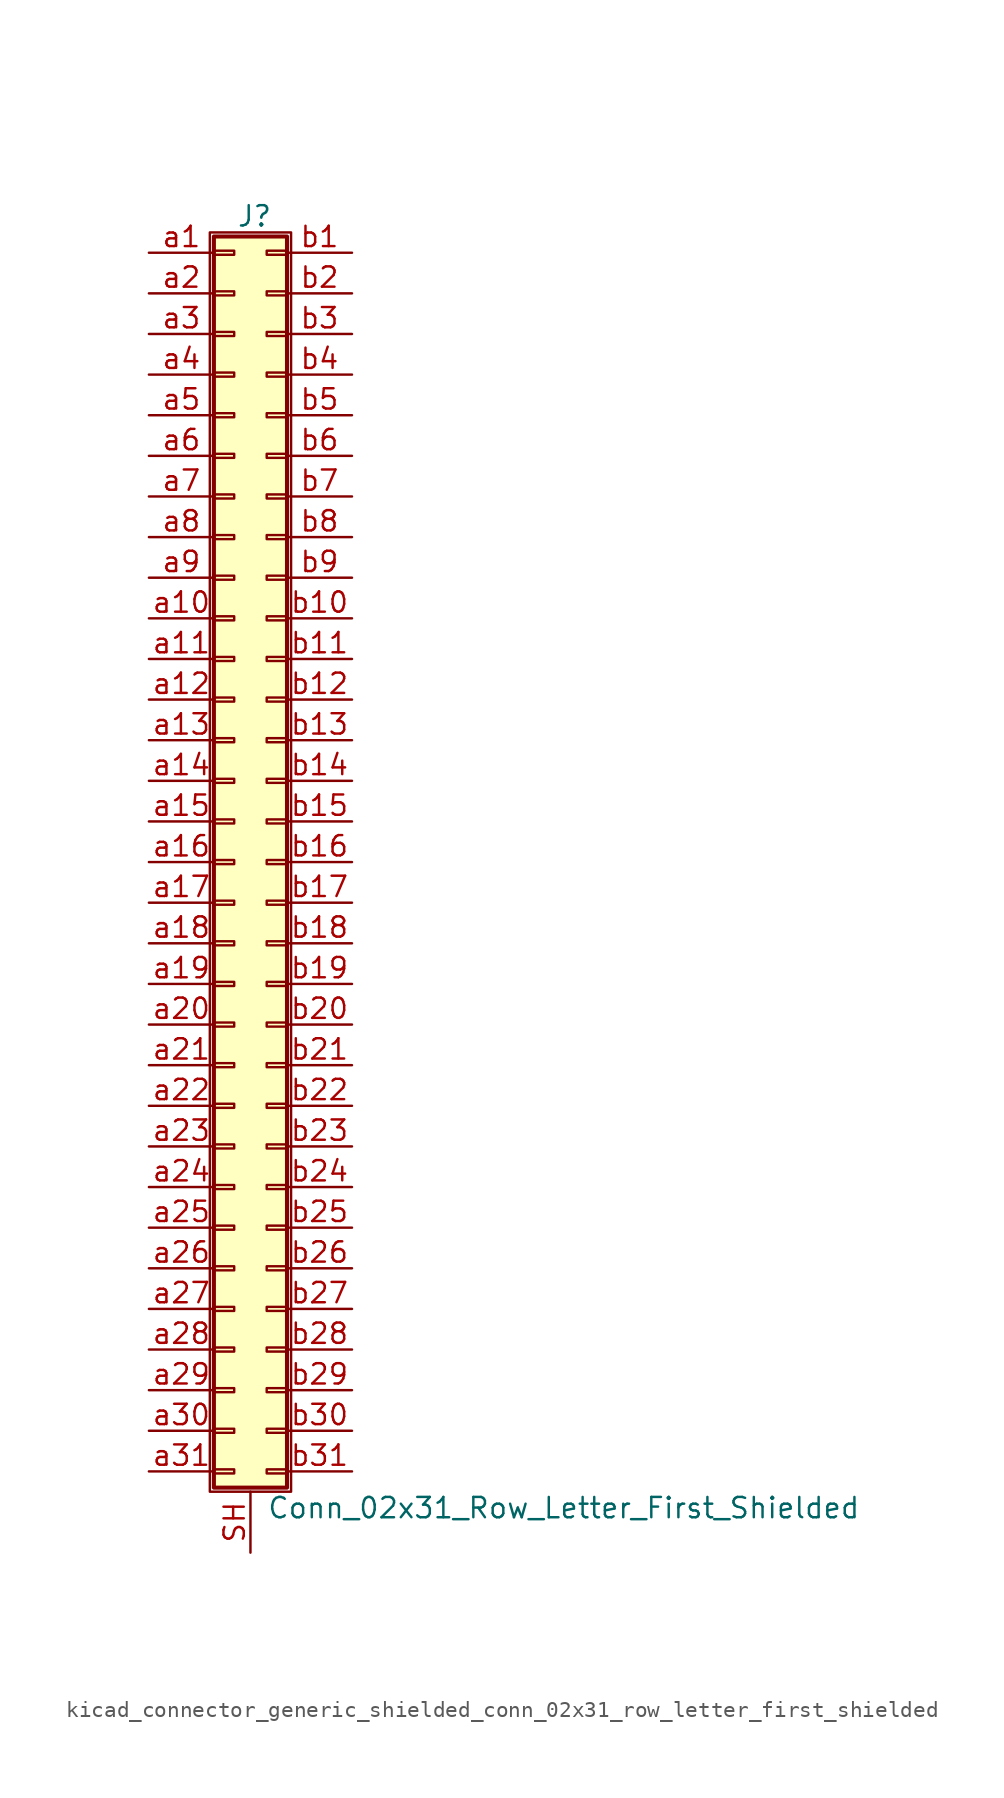
<source format=kicad_sym>
(kicad_symbol_lib
  (version 20220914)
  (generator kicad_symbol_editor)
  (symbol "kicad_connector_generic_shielded_conn_02x31_row_letter_first_shielded"
    (pin_names
      (offset 1.016) hide)
    (property "Reference" "J"
      (at 1.524 40.386 0)
      (effects (font (size 1.27 1.27))))
    (property "Value" "Conn_02x31_Row_Letter_First_Shielded"
      (at 2.286 -40.386 0)
      (effects (font (size 1.27 1.27)) (justify left)))
    (symbol "kicad_connector_generic_shielded_conn_02x31_row_letter_first_shielded_1_1"
      (rectangle (start -1.27 39.37) (end 3.81 -39.37) (stroke (width 0.152) (type default)) (fill (type none)))
      (rectangle (start -1.016 -37.973) (end 0.254 -38.227) (stroke (width 0.152) (type default)) (fill (type none)))
      (rectangle (start -1.016 -35.433) (end 0.254 -35.687) (stroke (width 0.152) (type default)) (fill (type none)))
      (rectangle (start -1.016 -32.893) (end 0.254 -33.147) (stroke (width 0.152) (type default)) (fill (type none)))
      (rectangle (start -1.016 -30.353) (end 0.254 -30.607) (stroke (width 0.152) (type default)) (fill (type none)))
      (rectangle (start -1.016 -27.813) (end 0.254 -28.067) (stroke (width 0.152) (type default)) (fill (type none)))
      (rectangle (start -1.016 -25.273) (end 0.254 -25.527) (stroke (width 0.152) (type default)) (fill (type none)))
      (rectangle (start -1.016 -22.733) (end 0.254 -22.987) (stroke (width 0.152) (type default)) (fill (type none)))
      (rectangle (start -1.016 -20.193) (end 0.254 -20.447) (stroke (width 0.152) (type default)) (fill (type none)))
      (rectangle (start -1.016 -17.653) (end 0.254 -17.907) (stroke (width 0.152) (type default)) (fill (type none)))
      (rectangle (start -1.016 -15.113) (end 0.254 -15.367) (stroke (width 0.152) (type default)) (fill (type none)))
      (rectangle (start -1.016 -12.573) (end 0.254 -12.827) (stroke (width 0.152) (type default)) (fill (type none)))
      (rectangle (start -1.016 -10.033) (end 0.254 -10.287) (stroke (width 0.152) (type default)) (fill (type none)))
      (rectangle (start -1.016 -7.493) (end 0.254 -7.747) (stroke (width 0.152) (type default)) (fill (type none)))
      (rectangle (start -1.016 -4.953) (end 0.254 -5.207) (stroke (width 0.152) (type default)) (fill (type none)))
      (rectangle (start -1.016 -2.413) (end 0.254 -2.667) (stroke (width 0.152) (type default)) (fill (type none)))
      (rectangle (start -1.016 0.127) (end 0.254 -0.127) (stroke (width 0.152) (type default)) (fill (type none)))
      (rectangle (start -1.016 2.667) (end 0.254 2.413) (stroke (width 0.152) (type default)) (fill (type none)))
      (rectangle (start -1.016 5.207) (end 0.254 4.953) (stroke (width 0.152) (type default)) (fill (type none)))
      (rectangle (start -1.016 7.747) (end 0.254 7.493) (stroke (width 0.152) (type default)) (fill (type none)))
      (rectangle (start -1.016 10.287) (end 0.254 10.033) (stroke (width 0.152) (type default)) (fill (type none)))
      (rectangle (start -1.016 12.827) (end 0.254 12.573) (stroke (width 0.152) (type default)) (fill (type none)))
      (rectangle (start -1.016 15.367) (end 0.254 15.113) (stroke (width 0.152) (type default)) (fill (type none)))
      (rectangle (start -1.016 17.907) (end 0.254 17.653) (stroke (width 0.152) (type default)) (fill (type none)))
      (rectangle (start -1.016 20.447) (end 0.254 20.193) (stroke (width 0.152) (type default)) (fill (type none)))
      (rectangle (start -1.016 22.987) (end 0.254 22.733) (stroke (width 0.152) (type default)) (fill (type none)))
      (rectangle (start -1.016 25.527) (end 0.254 25.273) (stroke (width 0.152) (type default)) (fill (type none)))
      (rectangle (start -1.016 28.067) (end 0.254 27.813) (stroke (width 0.152) (type default)) (fill (type none)))
      (rectangle (start -1.016 30.607) (end 0.254 30.353) (stroke (width 0.152) (type default)) (fill (type none)))
      (rectangle (start -1.016 33.147) (end 0.254 32.893) (stroke (width 0.152) (type default)) (fill (type none)))
      (rectangle (start -1.016 35.687) (end 0.254 35.433) (stroke (width 0.152) (type default)) (fill (type none)))
      (rectangle (start -1.016 38.227) (end 0.254 37.973) (stroke (width 0.152) (type default)) (fill (type none)))
      (rectangle (start -1.016 39.116) (end 3.556 -39.116) (stroke (width 0.254) (type default)) (fill (type background)))
      (rectangle (start 3.556 -37.973) (end 2.286 -38.227) (stroke (width 0.152) (type default)) (fill (type none)))
      (rectangle (start 3.556 -35.433) (end 2.286 -35.687) (stroke (width 0.152) (type default)) (fill (type none)))
      (rectangle (start 3.556 -32.893) (end 2.286 -33.147) (stroke (width 0.152) (type default)) (fill (type none)))
      (rectangle (start 3.556 -30.353) (end 2.286 -30.607) (stroke (width 0.152) (type default)) (fill (type none)))
      (rectangle (start 3.556 -27.813) (end 2.286 -28.067) (stroke (width 0.152) (type default)) (fill (type none)))
      (rectangle (start 3.556 -25.273) (end 2.286 -25.527) (stroke (width 0.152) (type default)) (fill (type none)))
      (rectangle (start 3.556 -22.733) (end 2.286 -22.987) (stroke (width 0.152) (type default)) (fill (type none)))
      (rectangle (start 3.556 -20.193) (end 2.286 -20.447) (stroke (width 0.152) (type default)) (fill (type none)))
      (rectangle (start 3.556 -17.653) (end 2.286 -17.907) (stroke (width 0.152) (type default)) (fill (type none)))
      (rectangle (start 3.556 -15.113) (end 2.286 -15.367) (stroke (width 0.152) (type default)) (fill (type none)))
      (rectangle (start 3.556 -12.573) (end 2.286 -12.827) (stroke (width 0.152) (type default)) (fill (type none)))
      (rectangle (start 3.556 -10.033) (end 2.286 -10.287) (stroke (width 0.152) (type default)) (fill (type none)))
      (rectangle (start 3.556 -7.493) (end 2.286 -7.747) (stroke (width 0.152) (type default)) (fill (type none)))
      (rectangle (start 3.556 -4.953) (end 2.286 -5.207) (stroke (width 0.152) (type default)) (fill (type none)))
      (rectangle (start 3.556 -2.413) (end 2.286 -2.667) (stroke (width 0.152) (type default)) (fill (type none)))
      (rectangle (start 3.556 0.127) (end 2.286 -0.127) (stroke (width 0.152) (type default)) (fill (type none)))
      (rectangle (start 3.556 2.667) (end 2.286 2.413) (stroke (width 0.152) (type default)) (fill (type none)))
      (rectangle (start 3.556 5.207) (end 2.286 4.953) (stroke (width 0.152) (type default)) (fill (type none)))
      (rectangle (start 3.556 7.747) (end 2.286 7.493) (stroke (width 0.152) (type default)) (fill (type none)))
      (rectangle (start 3.556 10.287) (end 2.286 10.033) (stroke (width 0.152) (type default)) (fill (type none)))
      (rectangle (start 3.556 12.827) (end 2.286 12.573) (stroke (width 0.152) (type default)) (fill (type none)))
      (rectangle (start 3.556 15.367) (end 2.286 15.113) (stroke (width 0.152) (type default)) (fill (type none)))
      (rectangle (start 3.556 17.907) (end 2.286 17.653) (stroke (width 0.152) (type default)) (fill (type none)))
      (rectangle (start 3.556 20.447) (end 2.286 20.193) (stroke (width 0.152) (type default)) (fill (type none)))
      (rectangle (start 3.556 22.987) (end 2.286 22.733) (stroke (width 0.152) (type default)) (fill (type none)))
      (rectangle (start 3.556 25.527) (end 2.286 25.273) (stroke (width 0.152) (type default)) (fill (type none)))
      (rectangle (start 3.556 28.067) (end 2.286 27.813) (stroke (width 0.152) (type default)) (fill (type none)))
      (rectangle (start 3.556 30.607) (end 2.286 30.353) (stroke (width 0.152) (type default)) (fill (type none)))
      (rectangle (start 3.556 33.147) (end 2.286 32.893) (stroke (width 0.152) (type default)) (fill (type none)))
      (rectangle (start 3.556 35.687) (end 2.286 35.433) (stroke (width 0.152) (type default)) (fill (type none)))
      (rectangle (start 3.556 38.227) (end 2.286 37.973) (stroke (width 0.152) (type default)) (fill (type none)))
      (pin passive line (at 1.27 -43.18 90) (length 3.81) (name "Shield" (effects (font (size 1.27 1.27)))) (number "SH" (effects (font (size 1.27 1.27)))))
      (pin passive line (at -5.08 38.1 0) (length 4.064) (name "Pin_a1" (effects (font (size 1.27 1.27)))) (number "a1" (effects (font (size 1.27 1.27)))))
      (pin passive line (at -5.08 15.24 0) (length 4.064) (name "Pin_a10" (effects (font (size 1.27 1.27)))) (number "a10" (effects (font (size 1.27 1.27)))))
      (pin passive line (at -5.08 12.7 0) (length 4.064) (name "Pin_a11" (effects (font (size 1.27 1.27)))) (number "a11" (effects (font (size 1.27 1.27)))))
      (pin passive line (at -5.08 10.16 0) (length 4.064) (name "Pin_a12" (effects (font (size 1.27 1.27)))) (number "a12" (effects (font (size 1.27 1.27)))))
      (pin passive line (at -5.08 7.62 0) (length 4.064) (name "Pin_a13" (effects (font (size 1.27 1.27)))) (number "a13" (effects (font (size 1.27 1.27)))))
      (pin passive line (at -5.08 5.08 0) (length 4.064) (name "Pin_a14" (effects (font (size 1.27 1.27)))) (number "a14" (effects (font (size 1.27 1.27)))))
      (pin passive line (at -5.08 2.54 0) (length 4.064) (name "Pin_a15" (effects (font (size 1.27 1.27)))) (number "a15" (effects (font (size 1.27 1.27)))))
      (pin passive line (at -5.08 0 0) (length 4.064) (name "Pin_a16" (effects (font (size 1.27 1.27)))) (number "a16" (effects (font (size 1.27 1.27)))))
      (pin passive line (at -5.08 -2.54 0) (length 4.064) (name "Pin_a17" (effects (font (size 1.27 1.27)))) (number "a17" (effects (font (size 1.27 1.27)))))
      (pin passive line (at -5.08 -5.08 0) (length 4.064) (name "Pin_a18" (effects (font (size 1.27 1.27)))) (number "a18" (effects (font (size 1.27 1.27)))))
      (pin passive line (at -5.08 -7.62 0) (length 4.064) (name "Pin_a19" (effects (font (size 1.27 1.27)))) (number "a19" (effects (font (size 1.27 1.27)))))
      (pin passive line (at -5.08 35.56 0) (length 4.064) (name "Pin_a2" (effects (font (size 1.27 1.27)))) (number "a2" (effects (font (size 1.27 1.27)))))
      (pin passive line (at -5.08 -10.16 0) (length 4.064) (name "Pin_a20" (effects (font (size 1.27 1.27)))) (number "a20" (effects (font (size 1.27 1.27)))))
      (pin passive line (at -5.08 -12.7 0) (length 4.064) (name "Pin_a21" (effects (font (size 1.27 1.27)))) (number "a21" (effects (font (size 1.27 1.27)))))
      (pin passive line (at -5.08 -15.24 0) (length 4.064) (name "Pin_a22" (effects (font (size 1.27 1.27)))) (number "a22" (effects (font (size 1.27 1.27)))))
      (pin passive line (at -5.08 -17.78 0) (length 4.064) (name "Pin_a23" (effects (font (size 1.27 1.27)))) (number "a23" (effects (font (size 1.27 1.27)))))
      (pin passive line (at -5.08 -20.32 0) (length 4.064) (name "Pin_a24" (effects (font (size 1.27 1.27)))) (number "a24" (effects (font (size 1.27 1.27)))))
      (pin passive line (at -5.08 -22.86 0) (length 4.064) (name "Pin_a25" (effects (font (size 1.27 1.27)))) (number "a25" (effects (font (size 1.27 1.27)))))
      (pin passive line (at -5.08 -25.4 0) (length 4.064) (name "Pin_a26" (effects (font (size 1.27 1.27)))) (number "a26" (effects (font (size 1.27 1.27)))))
      (pin passive line (at -5.08 -27.94 0) (length 4.064) (name "Pin_a27" (effects (font (size 1.27 1.27)))) (number "a27" (effects (font (size 1.27 1.27)))))
      (pin passive line (at -5.08 -30.48 0) (length 4.064) (name "Pin_a28" (effects (font (size 1.27 1.27)))) (number "a28" (effects (font (size 1.27 1.27)))))
      (pin passive line (at -5.08 -33.02 0) (length 4.064) (name "Pin_a29" (effects (font (size 1.27 1.27)))) (number "a29" (effects (font (size 1.27 1.27)))))
      (pin passive line (at -5.08 33.02 0) (length 4.064) (name "Pin_a3" (effects (font (size 1.27 1.27)))) (number "a3" (effects (font (size 1.27 1.27)))))
      (pin passive line (at -5.08 -35.56 0) (length 4.064) (name "Pin_a30" (effects (font (size 1.27 1.27)))) (number "a30" (effects (font (size 1.27 1.27)))))
      (pin passive line (at -5.08 -38.1 0) (length 4.064) (name "Pin_a31" (effects (font (size 1.27 1.27)))) (number "a31" (effects (font (size 1.27 1.27)))))
      (pin passive line (at -5.08 30.48 0) (length 4.064) (name "Pin_a4" (effects (font (size 1.27 1.27)))) (number "a4" (effects (font (size 1.27 1.27)))))
      (pin passive line (at -5.08 27.94 0) (length 4.064) (name "Pin_a5" (effects (font (size 1.27 1.27)))) (number "a5" (effects (font (size 1.27 1.27)))))
      (pin passive line (at -5.08 25.4 0) (length 4.064) (name "Pin_a6" (effects (font (size 1.27 1.27)))) (number "a6" (effects (font (size 1.27 1.27)))))
      (pin passive line (at -5.08 22.86 0) (length 4.064) (name "Pin_a7" (effects (font (size 1.27 1.27)))) (number "a7" (effects (font (size 1.27 1.27)))))
      (pin passive line (at -5.08 20.32 0) (length 4.064) (name "Pin_a8" (effects (font (size 1.27 1.27)))) (number "a8" (effects (font (size 1.27 1.27)))))
      (pin passive line (at -5.08 17.78 0) (length 4.064) (name "Pin_a9" (effects (font (size 1.27 1.27)))) (number "a9" (effects (font (size 1.27 1.27)))))
      (pin passive line (at 7.62 38.1 180) (length 4.064) (name "Pin_b1" (effects (font (size 1.27 1.27)))) (number "b1" (effects (font (size 1.27 1.27)))))
      (pin passive line (at 7.62 15.24 180) (length 4.064) (name "Pin_b10" (effects (font (size 1.27 1.27)))) (number "b10" (effects (font (size 1.27 1.27)))))
      (pin passive line (at 7.62 12.7 180) (length 4.064) (name "Pin_b11" (effects (font (size 1.27 1.27)))) (number "b11" (effects (font (size 1.27 1.27)))))
      (pin passive line (at 7.62 10.16 180) (length 4.064) (name "Pin_b12" (effects (font (size 1.27 1.27)))) (number "b12" (effects (font (size 1.27 1.27)))))
      (pin passive line (at 7.62 7.62 180) (length 4.064) (name "Pin_b13" (effects (font (size 1.27 1.27)))) (number "b13" (effects (font (size 1.27 1.27)))))
      (pin passive line (at 7.62 5.08 180) (length 4.064) (name "Pin_b14" (effects (font (size 1.27 1.27)))) (number "b14" (effects (font (size 1.27 1.27)))))
      (pin passive line (at 7.62 2.54 180) (length 4.064) (name "Pin_b15" (effects (font (size 1.27 1.27)))) (number "b15" (effects (font (size 1.27 1.27)))))
      (pin passive line (at 7.62 0 180) (length 4.064) (name "Pin_b16" (effects (font (size 1.27 1.27)))) (number "b16" (effects (font (size 1.27 1.27)))))
      (pin passive line (at 7.62 -2.54 180) (length 4.064) (name "Pin_b17" (effects (font (size 1.27 1.27)))) (number "b17" (effects (font (size 1.27 1.27)))))
      (pin passive line (at 7.62 -5.08 180) (length 4.064) (name "Pin_b18" (effects (font (size 1.27 1.27)))) (number "b18" (effects (font (size 1.27 1.27)))))
      (pin passive line (at 7.62 -7.62 180) (length 4.064) (name "Pin_b19" (effects (font (size 1.27 1.27)))) (number "b19" (effects (font (size 1.27 1.27)))))
      (pin passive line (at 7.62 35.56 180) (length 4.064) (name "Pin_b2" (effects (font (size 1.27 1.27)))) (number "b2" (effects (font (size 1.27 1.27)))))
      (pin passive line (at 7.62 -10.16 180) (length 4.064) (name "Pin_b20" (effects (font (size 1.27 1.27)))) (number "b20" (effects (font (size 1.27 1.27)))))
      (pin passive line (at 7.62 -12.7 180) (length 4.064) (name "Pin_b21" (effects (font (size 1.27 1.27)))) (number "b21" (effects (font (size 1.27 1.27)))))
      (pin passive line (at 7.62 -15.24 180) (length 4.064) (name "Pin_b22" (effects (font (size 1.27 1.27)))) (number "b22" (effects (font (size 1.27 1.27)))))
      (pin passive line (at 7.62 -17.78 180) (length 4.064) (name "Pin_b23" (effects (font (size 1.27 1.27)))) (number "b23" (effects (font (size 1.27 1.27)))))
      (pin passive line (at 7.62 -20.32 180) (length 4.064) (name "Pin_b24" (effects (font (size 1.27 1.27)))) (number "b24" (effects (font (size 1.27 1.27)))))
      (pin passive line (at 7.62 -22.86 180) (length 4.064) (name "Pin_b25" (effects (font (size 1.27 1.27)))) (number "b25" (effects (font (size 1.27 1.27)))))
      (pin passive line (at 7.62 -25.4 180) (length 4.064) (name "Pin_b26" (effects (font (size 1.27 1.27)))) (number "b26" (effects (font (size 1.27 1.27)))))
      (pin passive line (at 7.62 -27.94 180) (length 4.064) (name "Pin_b27" (effects (font (size 1.27 1.27)))) (number "b27" (effects (font (size 1.27 1.27)))))
      (pin passive line (at 7.62 -30.48 180) (length 4.064) (name "Pin_b28" (effects (font (size 1.27 1.27)))) (number "b28" (effects (font (size 1.27 1.27)))))
      (pin passive line (at 7.62 -33.02 180) (length 4.064) (name "Pin_b29" (effects (font (size 1.27 1.27)))) (number "b29" (effects (font (size 1.27 1.27)))))
      (pin passive line (at 7.62 33.02 180) (length 4.064) (name "Pin_b3" (effects (font (size 1.27 1.27)))) (number "b3" (effects (font (size 1.27 1.27)))))
      (pin passive line (at 7.62 -35.56 180) (length 4.064) (name "Pin_b30" (effects (font (size 1.27 1.27)))) (number "b30" (effects (font (size 1.27 1.27)))))
      (pin passive line (at 7.62 -38.1 180) (length 4.064) (name "Pin_b31" (effects (font (size 1.27 1.27)))) (number "b31" (effects (font (size 1.27 1.27)))))
      (pin passive line (at 7.62 30.48 180) (length 4.064) (name "Pin_b4" (effects (font (size 1.27 1.27)))) (number "b4" (effects (font (size 1.27 1.27)))))
      (pin passive line (at 7.62 27.94 180) (length 4.064) (name "Pin_b5" (effects (font (size 1.27 1.27)))) (number "b5" (effects (font (size 1.27 1.27)))))
      (pin passive line (at 7.62 25.4 180) (length 4.064) (name "Pin_b6" (effects (font (size 1.27 1.27)))) (number "b6" (effects (font (size 1.27 1.27)))))
      (pin passive line (at 7.62 22.86 180) (length 4.064) (name "Pin_b7" (effects (font (size 1.27 1.27)))) (number "b7" (effects (font (size 1.27 1.27)))))
      (pin passive line (at 7.62 20.32 180) (length 4.064) (name "Pin_b8" (effects (font (size 1.27 1.27)))) (number "b8" (effects (font (size 1.27 1.27)))))
      (pin passive line (at 7.62 17.78 180) (length 4.064) (name "Pin_b9" (effects (font (size 1.27 1.27)))) (number "b9" (effects (font (size 1.27 1.27))))))))
</source>
